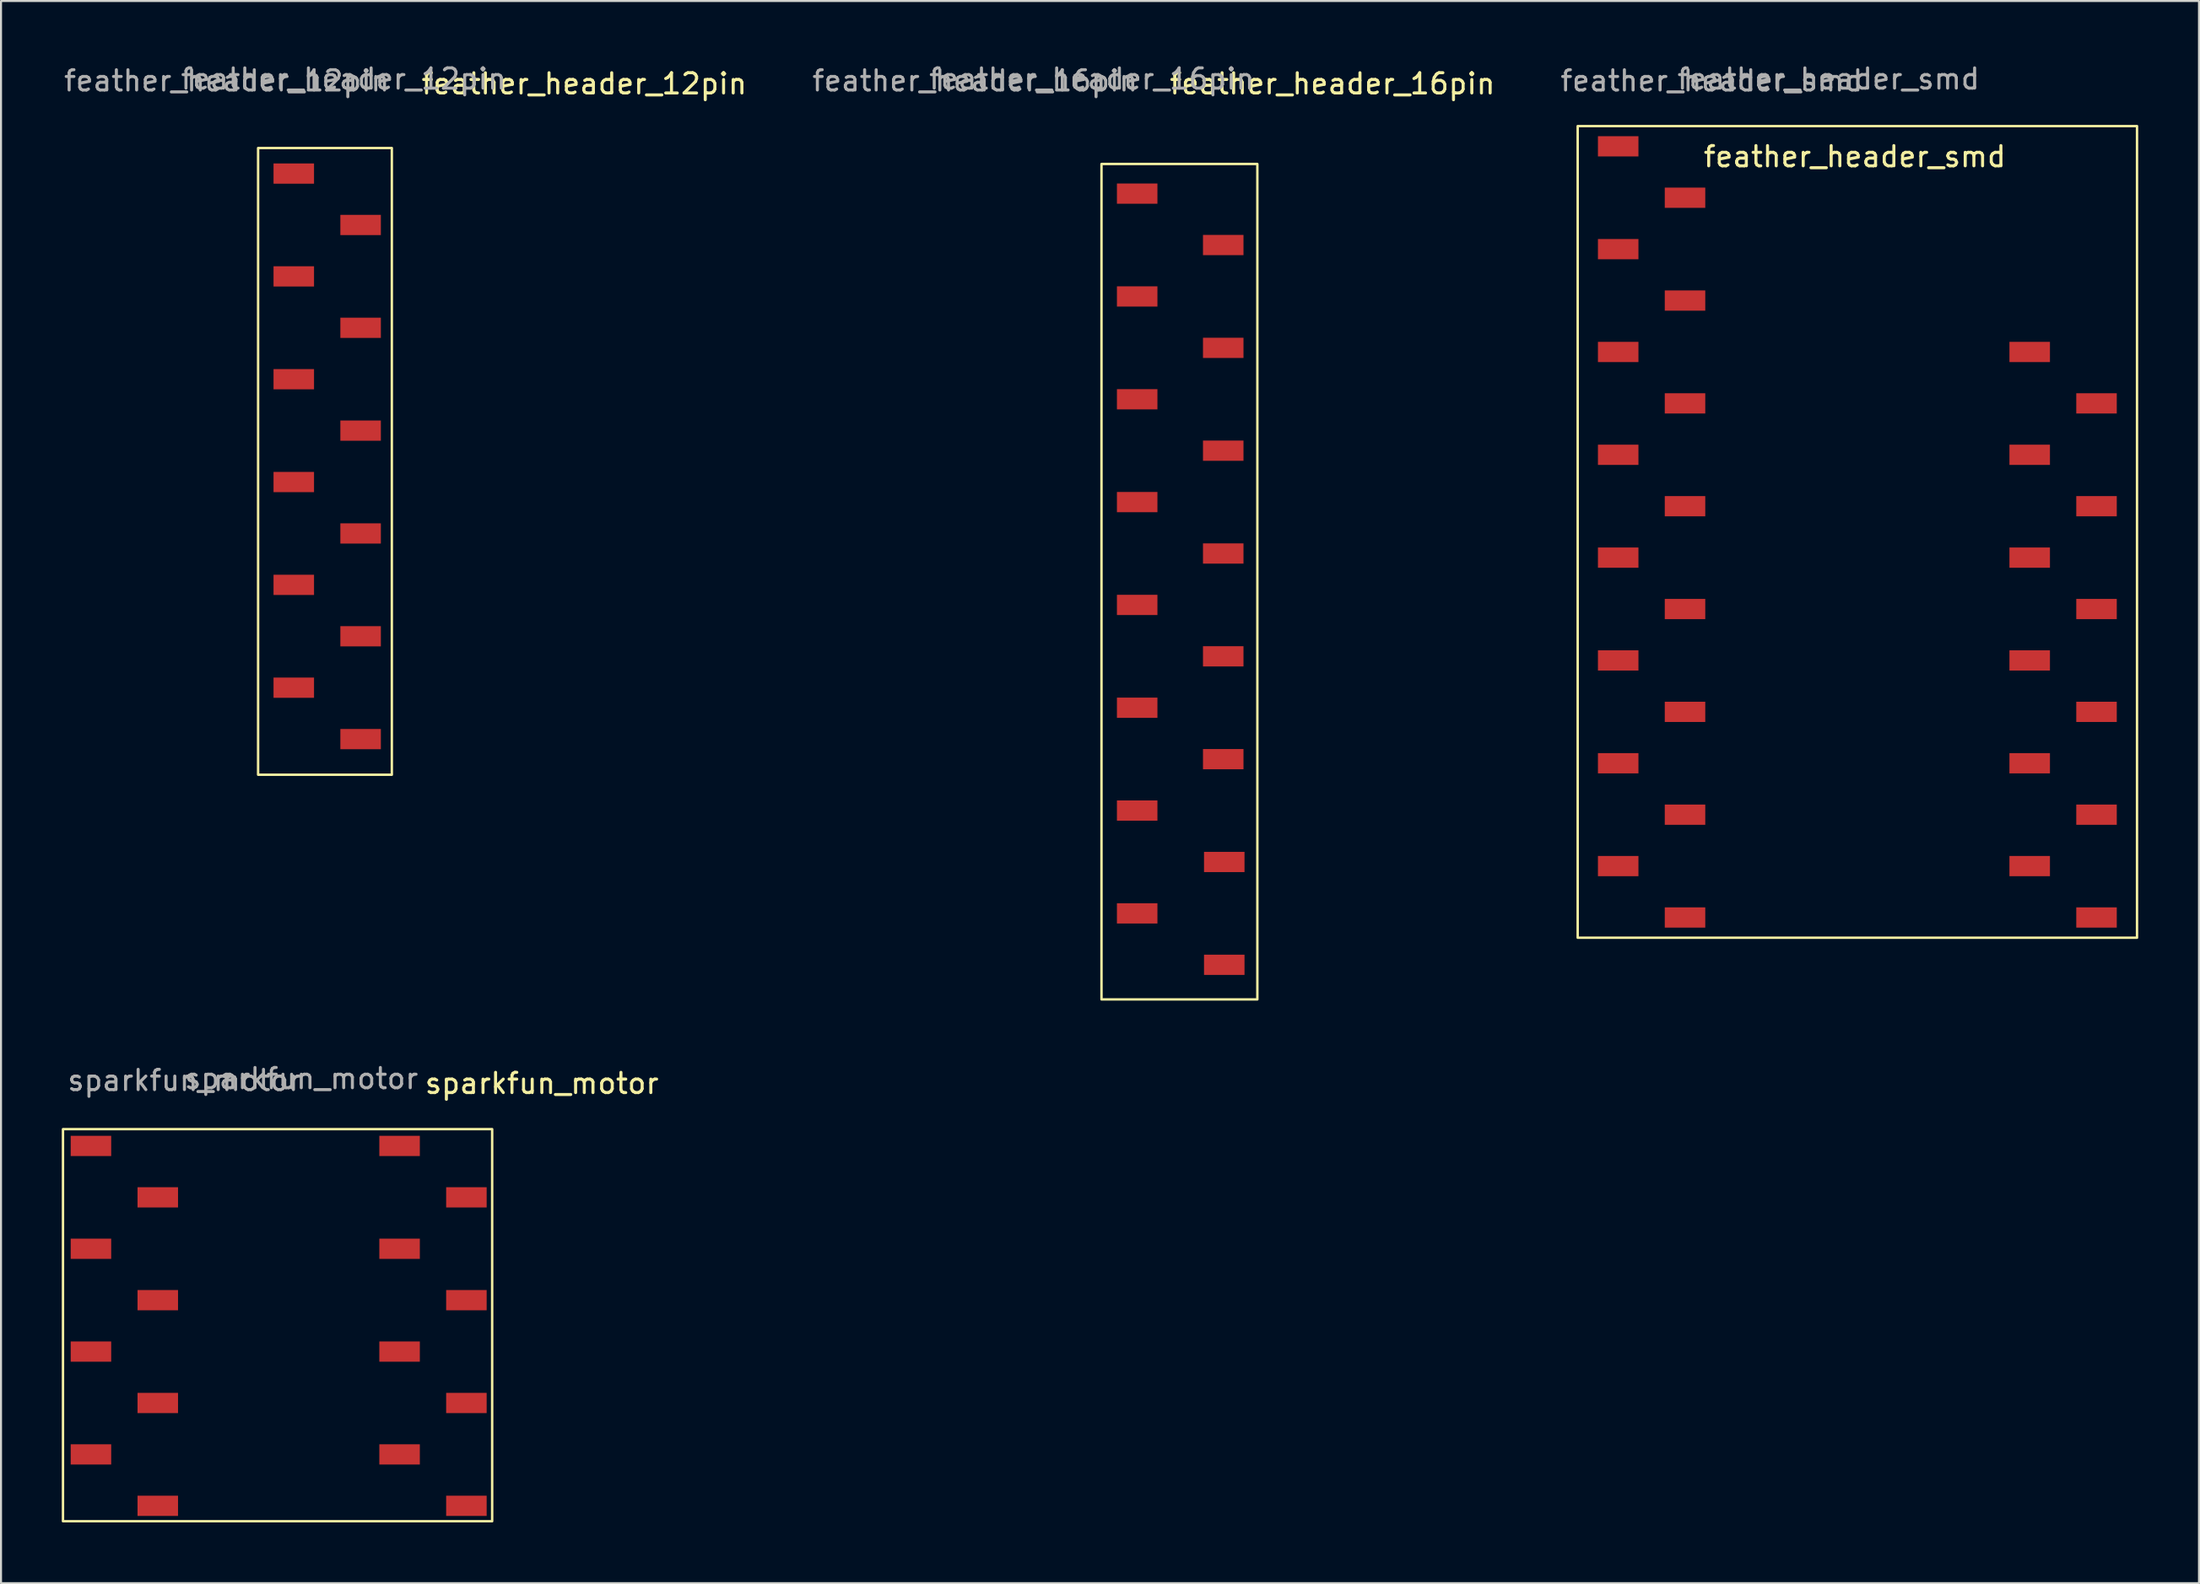
<source format=kicad_pcb>
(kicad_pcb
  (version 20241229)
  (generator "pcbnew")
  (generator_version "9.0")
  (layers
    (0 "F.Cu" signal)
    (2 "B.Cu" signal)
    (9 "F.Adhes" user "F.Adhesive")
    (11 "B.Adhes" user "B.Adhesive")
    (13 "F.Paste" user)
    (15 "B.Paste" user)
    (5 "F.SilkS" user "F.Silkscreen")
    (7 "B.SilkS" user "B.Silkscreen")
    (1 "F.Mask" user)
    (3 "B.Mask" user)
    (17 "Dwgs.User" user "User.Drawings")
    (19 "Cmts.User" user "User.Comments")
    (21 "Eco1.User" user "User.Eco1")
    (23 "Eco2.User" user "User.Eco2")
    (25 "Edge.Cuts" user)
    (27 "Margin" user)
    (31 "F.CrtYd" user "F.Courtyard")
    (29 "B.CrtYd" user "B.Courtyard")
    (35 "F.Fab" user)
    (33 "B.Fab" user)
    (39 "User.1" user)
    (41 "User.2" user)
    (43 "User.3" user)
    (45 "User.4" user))
  (footprint "sparkfun_motor"
    (layer "F.Cu")
    (at 1.441 53.565)
    (property "Reference" "sparkfun_motor" (at 22.266 -3.091 0) (unlocked yes) (layer "F.SilkS") (effects (font (size 1 1) (thickness 0.15))))
    (attr smd)
    (fp_rect (start -1.381 -0.83) (end 19.812 18.542) (stroke (width 0.12) (type solid)) (fill no) (layer "F.SilkS"))
    (fp_text user "${REFERENCE}" (at 10.386 -3.331 0) (unlocked yes) (layer "F.Fab") (effects (font (size 1 1) (thickness 0.15))))
    (fp_text user "${REFERENCE}" (at 4.616 -3.239 0) (unlocked yes) (layer "F.Fab") (effects (font (size 1 1) (thickness 0.15))))
    (pad "1" smd rect (at 3.3 7.62 90) (size 1 2) (layers "F.Cu" "F.Mask" "F.Paste"))
    (pad "3" smd rect (at 3.3 17.78 90) (size 1 2) (layers "F.Cu" "F.Mask" "F.Paste"))
    (pad "5" smd rect (at 0 10.16 90) (size 1 2) (layers "F.Cu" "F.Mask" "F.Paste"))
    (pad "7" smd rect (at 3.3 12.7 90) (size 1 2) (layers "F.Cu" "F.Mask" "F.Paste"))
    (pad "9" smd rect (at 18.54 17.78 90) (size 1 2) (layers "F.Cu" "F.Mask" "F.Paste"))
    (pad "11" smd rect (at 0 15.24 90) (size 1 2) (layers "F.Cu" "F.Mask" "F.Paste"))
    (pad "15" smd rect (at 15.24 15.24 90) (size 1 2) (layers "F.Cu" "F.Mask" "F.Paste"))
    (pad "16" smd rect (at 18.54 12.7 90) (size 1 2) (layers "F.Cu" "F.Mask" "F.Paste"))
    (pad "17" smd rect (at 15.24 10.16 90) (size 1 2) (layers "F.Cu" "F.Mask" "F.Paste"))
    (pad "18" smd rect (at 0 5.08 90) (size 1 2) (layers "F.Cu" "F.Mask" "F.Paste"))
    (pad "19" smd rect (at 18.54 7.62 90) (size 1 2) (layers "F.Cu" "F.Mask" "F.Paste"))
    (pad "20" smd rect (at 3.3 2.54 90) (size 1 2) (layers "F.Cu" "F.Mask" "F.Paste"))
    (pad "21" smd rect (at 15.24 5.08 90) (size 1 2) (layers "F.Cu" "F.Mask" "F.Paste"))
    (pad "22" smd rect (at 18.54 2.54 90) (size 1 2) (layers "F.Cu" "F.Mask" "F.Paste"))
    (pad "23" smd rect (at 15.24 0 90) (size 1 2) (layers "F.Cu" "F.Mask" "F.Paste"))
    (pad "24" smd rect (at 0 0 90) (size 1 2) (layers "F.Cu" "F.Mask" "F.Paste")))
  (footprint "feather_header_16pin"
    (layer "F.Cu")
    (at 52.104 6.016)
    (property "Reference" "feather_header_16pin" (at 10.643 -4.928 0) (unlocked yes) (layer "F.SilkS") (effects (font (size 1 1) (thickness 0.15))))
    (attr smd)
    (fp_rect (start -0.762 -0.965) (end 6.934 40.31) (stroke (width 0.12) (type solid)) (fill no) (layer "F.SilkS"))
    (fp_text user "${REFERENCE}" (at -7.007 -5.076 0) (unlocked yes) (layer "F.Fab") (effects (font (size 1 1) (thickness 0.15))))
    (fp_text user "${REFERENCE}" (at -1.237 -5.168 0) (unlocked yes) (layer "F.Fab") (effects (font (size 1 1) (thickness 0.15))))
    (pad "1" smd rect (at 1 0.5 90) (size 1 2) (layers "F.Cu" "F.Mask" "F.Paste"))
    (pad "2" smd rect (at 5.249 3.04 90) (size 1 2) (layers "F.Cu" "F.Mask" "F.Paste"))
    (pad "3" smd rect (at 1 5.58 90) (size 1 2) (layers "F.Cu" "F.Mask" "F.Paste"))
    (pad "4" smd rect (at 5.249 8.12 90) (size 1 2) (layers "F.Cu" "F.Mask" "F.Paste"))
    (pad "5" smd rect (at 1 10.66 90) (size 1 2) (layers "F.Cu" "F.Mask" "F.Paste"))
    (pad "6" smd rect (at 5.249 13.2 90) (size 1 2) (layers "F.Cu" "F.Mask" "F.Paste"))
    (pad "7" smd rect (at 1 15.74 90) (size 1 2) (layers "F.Cu" "F.Mask" "F.Paste"))
    (pad "8" smd rect (at 5.249 18.28 90) (size 1 2) (layers "F.Cu" "F.Mask" "F.Paste"))
    (pad "9" smd rect (at 1 20.82 90) (size 1 2) (layers "F.Cu" "F.Mask" "F.Paste"))
    (pad "10" smd rect (at 5.249 23.36 90) (size 1 2) (layers "F.Cu" "F.Mask" "F.Paste"))
    (pad "11" smd rect (at 1 25.9 90) (size 1 2) (layers "F.Cu" "F.Mask" "F.Paste"))
    (pad "12" smd rect (at 5.249 28.44 90) (size 1 2) (layers "F.Cu" "F.Mask" "F.Paste"))
    (pad "13" smd rect (at 1 30.98 90) (size 1 2) (layers "F.Cu" "F.Mask" "F.Paste"))
    (pad "14" smd rect (at 5.3 33.52 90) (size 1 2) (layers "F.Cu" "F.Mask" "F.Paste"))
    (pad "15" smd rect (at 1 36.06 90) (size 1 2) (layers "F.Cu" "F.Mask" "F.Paste"))
    (pad "16" smd rect (at 5.3 38.6 90) (size 1 2) (layers "F.Cu" "F.Mask" "F.Paste")))
  (footprint "feather_header_12pin"
    (layer "F.Cu")
    (at 10.457 5.025)
    (property "Reference" "feather_header_12pin" (at 15.342 -3.937 0) (unlocked yes) (layer "F.SilkS") (effects (font (size 1 1) (thickness 0.15))))
    (attr smd)
    (fp_rect (start -0.762 -0.762) (end 5.842 30.201) (stroke (width 0.12) (type solid)) (fill no) (layer "F.SilkS"))
    (fp_text user "${REFERENCE}" (at 3.462 -4.177 0) (unlocked yes) (layer "F.Fab") (effects (font (size 1 1) (thickness 0.15))))
    (fp_text user "${REFERENCE}" (at -2.308 -4.085 0) (unlocked yes) (layer "F.Fab") (effects (font (size 1 1) (thickness 0.15))))
    (pad "1" smd rect (at 1 0.5 90) (size 1 2) (layers "F.Cu" "F.Mask" "F.Paste"))
    (pad "2" smd rect (at 4.3 3.04 90) (size 1 2) (layers "F.Cu" "F.Mask" "F.Paste"))
    (pad "3" smd rect (at 1 5.58 90) (size 1 2) (layers "F.Cu" "F.Mask" "F.Paste"))
    (pad "4" smd rect (at 4.3 8.12 90) (size 1 2) (layers "F.Cu" "F.Mask" "F.Paste"))
    (pad "5" smd rect (at 1 10.66 90) (size 1 2) (layers "F.Cu" "F.Mask" "F.Paste"))
    (pad "6" smd rect (at 4.3 13.2 90) (size 1 2) (layers "F.Cu" "F.Mask" "F.Paste"))
    (pad "7" smd rect (at 1 15.74 90) (size 1 2) (layers "F.Cu" "F.Mask" "F.Paste"))
    (pad "8" smd rect (at 4.3 18.28 90) (size 1 2) (layers "F.Cu" "F.Mask" "F.Paste"))
    (pad "9" smd rect (at 1 20.82 90) (size 1 2) (layers "F.Cu" "F.Mask" "F.Paste"))
    (pad "10" smd rect (at 4.3 23.36 90) (size 1 2) (layers "F.Cu" "F.Mask" "F.Paste"))
    (pad "11" smd rect (at 1 25.9 90) (size 1 2) (layers "F.Cu" "F.Mask" "F.Paste"))
    (pad "12" smd rect (at 4.3 28.44 90) (size 1 2) (layers "F.Cu" "F.Mask" "F.Paste")))
  (footprint "feather_header_smd"
    (layer "F.Cu")
    (at 76.856 4.179)
    (property "Reference" "feather_header_smd" (at 11.684 0.508 0) (unlocked yes) (layer "F.SilkS") (effects (font (size 1 1) (thickness 0.15))))
    (attr smd)
    (fp_rect (start -2 -1) (end 25.62 39.1) (stroke (width 0.12) (type solid)) (fill no) (layer "F.SilkS"))
    (fp_text user "${REFERENCE}" (at 4.616 -3.239 0) (unlocked yes) (layer "F.Fab") (effects (font (size 1 1) (thickness 0.15))))
    (fp_text user "${REFERENCE}" (at 10.386 -3.331 0) (unlocked yes) (layer "F.Fab") (effects (font (size 1 1) (thickness 0.15))))
    (pad "1" smd rect (at 20.32 10.16 90) (size 1 2) (layers "F.Cu" "F.Mask" "F.Paste"))
    (pad "2" smd rect (at 23.62 12.7 90) (size 1 2) (layers "F.Cu" "F.Mask" "F.Paste"))
    (pad "3" smd rect (at 20.32 15.24 90) (size 1 2) (layers "F.Cu" "F.Mask" "F.Paste"))
    (pad "4" smd rect (at 23.62 17.78 90) (size 1 2) (layers "F.Cu" "F.Mask" "F.Paste"))
    (pad "5" smd rect (at 20.32 20.32 90) (size 1 2) (layers "F.Cu" "F.Mask" "F.Paste"))
    (pad "6" smd rect (at 23.62 22.86 90) (size 1 2) (layers "F.Cu" "F.Mask" "F.Paste"))
    (pad "7" smd rect (at 20.32 25.4 90) (size 1 2) (layers "F.Cu" "F.Mask" "F.Paste"))
    (pad "8" smd rect (at 23.62 27.94 90) (size 1 2) (layers "F.Cu" "F.Mask" "F.Paste"))
    (pad "9" smd rect (at 20.32 30.48 90) (size 1 2) (layers "F.Cu" "F.Mask" "F.Paste"))
    (pad "10" smd rect (at 23.62 33.02 90) (size 1 2) (layers "F.Cu" "F.Mask" "F.Paste"))
    (pad "11" smd rect (at 20.32 35.56 90) (size 1 2) (layers "F.Cu" "F.Mask" "F.Paste"))
    (pad "12" smd rect (at 23.62 38.1 90) (size 1 2) (layers "F.Cu" "F.Mask" "F.Paste"))
    (pad "13" smd rect (at 0 0 90) (size 1 2) (layers "F.Cu" "F.Mask" "F.Paste"))
    (pad "14" smd rect (at 3.3 2.54 90) (size 1 2) (layers "F.Cu" "F.Mask" "F.Paste"))
    (pad "15" smd rect (at 0 5.08 90) (size 1 2) (layers "F.Cu" "F.Mask" "F.Paste"))
    (pad "16" smd rect (at 3.3 7.62 90) (size 1 2) (layers "F.Cu" "F.Mask" "F.Paste"))
    (pad "17" smd rect (at 0 10.16 90) (size 1 2) (layers "F.Cu" "F.Mask" "F.Paste"))
    (pad "18" smd rect (at 3.3 12.7 90) (size 1 2) (layers "F.Cu" "F.Mask" "F.Paste"))
    (pad "19" smd rect (at 0 15.24 90) (size 1 2) (layers "F.Cu" "F.Mask" "F.Paste"))
    (pad "20" smd rect (at 3.3 17.78 90) (size 1 2) (layers "F.Cu" "F.Mask" "F.Paste"))
    (pad "21" smd rect (at 0 20.32 90) (size 1 2) (layers "F.Cu" "F.Mask" "F.Paste"))
    (pad "22" smd rect (at 3.3 22.86 90) (size 1 2) (layers "F.Cu" "F.Mask" "F.Paste"))
    (pad "23" smd rect (at 0 25.4 90) (size 1 2) (layers "F.Cu" "F.Mask" "F.Paste"))
    (pad "24" smd rect (at 3.3 27.94 90) (size 1 2) (layers "F.Cu" "F.Mask" "F.Paste"))
    (pad "25" smd rect (at 0 30.48 90) (size 1 2) (layers "F.Cu" "F.Mask" "F.Paste"))
    (pad "26" smd rect (at 3.3 33.02 90) (size 1 2) (layers "F.Cu" "F.Mask" "F.Paste"))
    (pad "27" smd rect (at 0 35.56 90) (size 1 2) (layers "F.Cu" "F.Mask" "F.Paste"))
    (pad "28" smd rect (at 3.3 38.1 90) (size 1 2) (layers "F.Cu" "F.Mask" "F.Paste")))
  (gr_rect
    (start -3 -3)
    (end 105.536 75.167)
    (stroke (width 0.1) (type default))
    (fill no)
    (layer "Edge.Cuts")))
</source>
